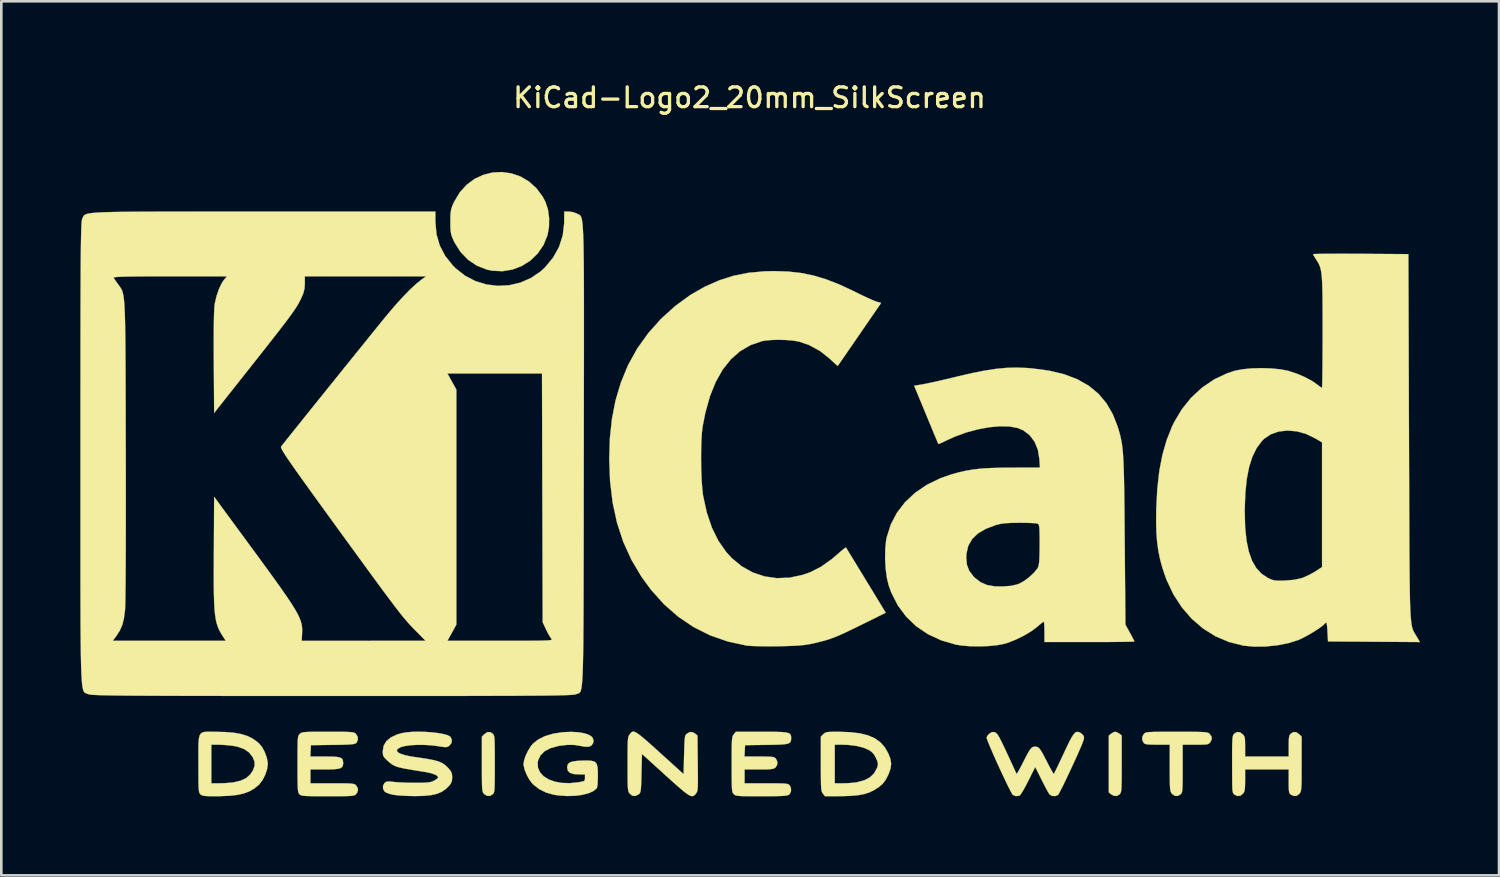
<source format=kicad_pcb>
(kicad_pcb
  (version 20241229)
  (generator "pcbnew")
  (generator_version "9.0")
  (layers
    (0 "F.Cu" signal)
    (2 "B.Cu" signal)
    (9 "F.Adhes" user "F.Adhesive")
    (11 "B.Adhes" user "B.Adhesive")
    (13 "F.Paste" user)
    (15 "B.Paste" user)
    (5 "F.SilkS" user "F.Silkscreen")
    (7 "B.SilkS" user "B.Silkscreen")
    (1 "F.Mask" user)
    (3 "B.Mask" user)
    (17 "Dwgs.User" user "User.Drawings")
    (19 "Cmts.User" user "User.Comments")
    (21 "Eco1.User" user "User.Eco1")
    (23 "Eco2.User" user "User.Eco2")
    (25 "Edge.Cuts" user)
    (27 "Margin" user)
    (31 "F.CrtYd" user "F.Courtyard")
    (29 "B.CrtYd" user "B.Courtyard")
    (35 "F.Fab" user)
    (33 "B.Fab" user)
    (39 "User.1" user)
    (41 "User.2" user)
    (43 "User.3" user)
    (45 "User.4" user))
  (footprint "KiCad-Logo2_20mm_SilkScreen"
    (layer "F.Cu")
    (at 25.405 13.358)
    (property "Reference" "KiCad-Logo2_20mm_SilkScreen" (at 0 -12.7 0) (layer "F.SilkS") (effects (font (size 0.75 0.75) (thickness 0.125))))
    (attr exclude_from_pos_files exclude_from_bom allow_missing_courtyard)
    (fp_poly (pts (xy 13.962 11.396) (xy 14.041 11.445) (xy 14.13 11.517) (xy 14.13 12.589) (xy 14.13 12.903) (xy 14.128 13.15) (xy 14.126 13.339) (xy 14.121 13.479) (xy 14.114 13.579) (xy 14.103 13.648) (xy 14.089 13.693) (xy 14.071 13.725) (xy 14.058 13.74) (xy 13.953 13.809) (xy 13.834 13.806) (xy 13.73 13.748) (xy 13.641 13.676) (xy 13.641 11.517) (xy 13.73 11.445) (xy 13.815 11.393) (xy 13.885 11.374) (xy 13.962 11.396)) (stroke (width 0.01) (type solid)) (fill yes) (layer "F.SilkS"))
    (fp_poly (pts (xy -9.746 11.449) (xy -9.724 11.474) (xy -9.707 11.507) (xy -9.694 11.555) (xy -9.684 11.629) (xy -9.678 11.735) (xy -9.674 11.885) (xy -9.672 12.085) (xy -9.671 12.344) (xy -9.671 12.597) (xy -9.671 12.909) (xy -9.672 13.156) (xy -9.675 13.344) (xy -9.679 13.483) (xy -9.686 13.583) (xy -9.696 13.65) (xy -9.71 13.694) (xy -9.728 13.725) (xy -9.746 13.744) (xy -9.856 13.81) (xy -9.973 13.804) (xy -10.078 13.732) (xy -10.102 13.704) (xy -10.121 13.672) (xy -10.135 13.626) (xy -10.146 13.558) (xy -10.153 13.458) (xy -10.157 13.318) (xy -10.159 13.129) (xy -10.16 12.882) (xy -10.16 12.602) (xy -10.16 11.558) (xy -10.068 11.466) (xy -9.954 11.388) (xy -9.843 11.385) (xy -9.746 11.449)) (stroke (width 0.01) (type solid)) (fill yes) (layer "F.SilkS"))
    (fp_poly (pts (xy -9.038 -9.825) (xy -8.696 -9.707) (xy -8.378 -9.52) (xy -8.094 -9.266) (xy -7.854 -8.943) (xy -7.746 -8.74) (xy -7.653 -8.455) (xy -7.608 -8.127) (xy -7.613 -7.79) (xy -7.668 -7.484) (xy -7.82 -7.11) (xy -8.04 -6.786) (xy -8.318 -6.518) (xy -8.641 -6.312) (xy -8.999 -6.175) (xy -9.381 -6.112) (xy -9.775 -6.132) (xy -9.969 -6.173) (xy -10.347 -6.32) (xy -10.683 -6.545) (xy -10.969 -6.84) (xy -11.196 -7.198) (xy -11.216 -7.238) (xy -11.282 -7.385) (xy -11.324 -7.508) (xy -11.346 -7.639) (xy -11.356 -7.807) (xy -11.357 -7.989) (xy -11.355 -8.208) (xy -11.343 -8.366) (xy -11.317 -8.494) (xy -11.271 -8.622) (xy -11.213 -8.748) (xy -10.999 -9.106) (xy -10.735 -9.397) (xy -10.432 -9.619) (xy -10.101 -9.772) (xy -9.751 -9.858) (xy -9.393 -9.876) (xy -9.038 -9.825)) (stroke (width 0.01) (type solid)) (fill yes) (layer "F.SilkS"))
    (fp_poly (pts (xy 16.544 11.374) (xy 16.806 11.375) (xy 17.01 11.378) (xy 17.163 11.382) (xy 17.274 11.389) (xy 17.351 11.398) (xy 17.402 11.411) (xy 17.436 11.427) (xy 17.453 11.439) (xy 17.538 11.548) (xy 17.549 11.66) (xy 17.496 11.763) (xy 17.461 11.804) (xy 17.424 11.832) (xy 17.37 11.849) (xy 17.285 11.858) (xy 17.156 11.862) (xy 16.968 11.863) (xy 16.931 11.863) (xy 16.444 11.863) (xy 16.444 12.766) (xy 16.444 13.051) (xy 16.442 13.27) (xy 16.439 13.433) (xy 16.433 13.549) (xy 16.424 13.629) (xy 16.41 13.682) (xy 16.392 13.717) (xy 16.369 13.744) (xy 16.259 13.81) (xy 16.145 13.805) (xy 16.041 13.73) (xy 16.033 13.72) (xy 16.008 13.685) (xy 15.989 13.644) (xy 15.975 13.586) (xy 15.966 13.503) (xy 15.96 13.383) (xy 15.957 13.217) (xy 15.955 12.995) (xy 15.955 12.742) (xy 15.955 11.863) (xy 15.49 11.863) (xy 15.291 11.861) (xy 15.153 11.856) (xy 15.062 11.845) (xy 15.005 11.827) (xy 14.968 11.799) (xy 14.964 11.794) (xy 14.909 11.683) (xy 14.914 11.558) (xy 14.977 11.449) (xy 15.001 11.428) (xy 15.032 11.411) (xy 15.079 11.398) (xy 15.149 11.388) (xy 15.251 11.382) (xy 15.394 11.377) (xy 15.585 11.375) (xy 15.834 11.374) (xy 16.147 11.374) (xy 16.214 11.374) (xy 16.544 11.374)) (stroke (width 0.01) (type solid)) (fill yes) (layer "F.SilkS"))
    (fp_poly (pts (xy 20.763 11.392) (xy 20.867 11.466) (xy 20.96 11.558) (xy 20.96 12.59) (xy 20.959 12.896) (xy 20.958 13.136) (xy 20.956 13.319) (xy 20.951 13.455) (xy 20.943 13.551) (xy 20.932 13.618) (xy 20.917 13.664) (xy 20.897 13.699) (xy 20.882 13.72) (xy 20.779 13.802) (xy 20.662 13.811) (xy 20.554 13.761) (xy 20.519 13.731) (xy 20.495 13.692) (xy 20.481 13.628) (xy 20.473 13.527) (xy 20.471 13.372) (xy 20.471 13.253) (xy 20.471 12.803) (xy 18.815 12.803) (xy 18.815 13.212) (xy 18.813 13.399) (xy 18.806 13.528) (xy 18.792 13.615) (xy 18.767 13.676) (xy 18.737 13.72) (xy 18.634 13.802) (xy 18.517 13.812) (xy 18.406 13.754) (xy 18.375 13.723) (xy 18.354 13.683) (xy 18.34 13.62) (xy 18.331 13.522) (xy 18.327 13.376) (xy 18.325 13.171) (xy 18.325 13.123) (xy 18.323 12.735) (xy 18.322 12.416) (xy 18.322 12.157) (xy 18.324 11.953) (xy 18.328 11.796) (xy 18.333 11.678) (xy 18.341 11.594) (xy 18.352 11.536) (xy 18.365 11.497) (xy 18.382 11.469) (xy 18.401 11.449) (xy 18.507 11.383) (xy 18.618 11.392) (xy 18.722 11.466) (xy 18.765 11.514) (xy 18.792 11.567) (xy 18.807 11.642) (xy 18.813 11.757) (xy 18.815 11.929) (xy 18.815 11.936) (xy 18.815 12.314) (xy 20.471 12.314) (xy 20.471 11.919) (xy 20.472 11.737) (xy 20.479 11.614) (xy 20.493 11.534) (xy 20.518 11.481) (xy 20.546 11.449) (xy 20.652 11.383) (xy 20.763 11.392)) (stroke (width 0.01) (type solid)) (fill yes) (layer "F.SilkS"))
    (fp_poly (pts (xy 3.394 11.374) (xy 3.824 11.389) (xy 4.19 11.433) (xy 4.497 11.509) (xy 4.753 11.62) (xy 4.962 11.769) (xy 5.131 11.957) (xy 5.266 12.189) (xy 5.268 12.195) (xy 5.349 12.402) (xy 5.377 12.585) (xy 5.354 12.77) (xy 5.279 12.98) (xy 5.265 13.012) (xy 5.167 13.2) (xy 5.058 13.345) (xy 4.917 13.468) (xy 4.724 13.59) (xy 4.713 13.597) (xy 4.545 13.677) (xy 4.355 13.738) (xy 4.132 13.779) (xy 3.862 13.805) (xy 3.534 13.817) (xy 3.418 13.818) (xy 2.865 13.819) (xy 2.787 13.72) (xy 2.764 13.688) (xy 2.746 13.65) (xy 2.733 13.597) (xy 2.723 13.521) (xy 2.716 13.411) (xy 2.714 13.33) (xy 3.236 13.33) (xy 3.549 13.33) (xy 3.732 13.325) (xy 3.92 13.311) (xy 4.074 13.291) (xy 4.084 13.289) (xy 4.358 13.216) (xy 4.57 13.105) (xy 4.728 12.953) (xy 4.838 12.753) (xy 4.857 12.7) (xy 4.876 12.618) (xy 4.868 12.536) (xy 4.828 12.428) (xy 4.804 12.375) (xy 4.727 12.233) (xy 4.633 12.134) (xy 4.53 12.065) (xy 4.323 11.975) (xy 4.059 11.91) (xy 3.751 11.872) (xy 3.528 11.864) (xy 3.236 11.863) (xy 3.236 13.33) (xy 2.714 13.33) (xy 2.712 13.26) (xy 2.71 13.058) (xy 2.709 12.795) (xy 2.709 12.59) (xy 2.709 11.558) (xy 2.802 11.466) (xy 2.843 11.428) (xy 2.887 11.403) (xy 2.949 11.387) (xy 3.043 11.378) (xy 3.182 11.375) (xy 3.382 11.374) (xy 3.394 11.374)) (stroke (width 0.01) (type solid)) (fill yes) (layer "F.SilkS"))
    (fp_poly (pts (xy -20.405 11.374) (xy -20.273 11.375) (xy -19.887 11.384) (xy -19.564 11.412) (xy -19.293 11.461) (xy -19.062 11.534) (xy -18.861 11.634) (xy -18.679 11.765) (xy -18.614 11.822) (xy -18.506 11.955) (xy -18.408 12.135) (xy -18.333 12.334) (xy -18.292 12.526) (xy -18.288 12.597) (xy -18.315 12.793) (xy -18.386 13.007) (xy -18.49 13.209) (xy -18.613 13.371) (xy -18.633 13.391) (xy -18.802 13.528) (xy -18.987 13.635) (xy -19.199 13.715) (xy -19.448 13.77) (xy -19.746 13.803) (xy -20.102 13.818) (xy -20.265 13.819) (xy -20.473 13.818) (xy -20.618 13.814) (xy -20.716 13.805) (xy -20.78 13.789) (xy -20.824 13.765) (xy -20.847 13.744) (xy -20.869 13.719) (xy -20.886 13.686) (xy -20.899 13.638) (xy -20.908 13.564) (xy -20.915 13.458) (xy -20.919 13.308) (xy -20.921 13.108) (xy -20.922 12.849) (xy -20.922 12.597) (xy -20.923 12.26) (xy -20.923 11.991) (xy -20.92 11.863) (xy -20.433 11.863) (xy -20.433 13.33) (xy -20.122 13.33) (xy -19.936 13.325) (xy -19.74 13.311) (xy -19.577 13.292) (xy -19.572 13.291) (xy -19.308 13.227) (xy -19.103 13.128) (xy -18.948 12.986) (xy -18.849 12.833) (xy -18.788 12.663) (xy -18.793 12.504) (xy -18.863 12.333) (xy -19.002 12.156) (xy -19.193 12.025) (xy -19.442 11.938) (xy -19.609 11.907) (xy -19.798 11.885) (xy -19.998 11.869) (xy -20.169 11.863) (xy -20.179 11.863) (xy -20.433 11.863) (xy -20.92 11.863) (xy -20.918 11.783) (xy -20.903 11.627) (xy -20.876 11.516) (xy -20.832 11.443) (xy -20.767 11.399) (xy -20.676 11.378) (xy -20.557 11.372) (xy -20.405 11.374)) (stroke (width 0.01) (type solid)) (fill yes) (layer "F.SilkS"))
    (fp_poly (pts (xy -4.334 11.388) (xy -4.255 11.434) (xy -4.152 11.51) (xy -4.02 11.618) (xy -3.853 11.762) (xy -3.646 11.947) (xy -3.394 12.175) (xy -3.104 12.437) (xy -2.502 12.983) (xy -2.484 12.25) (xy -2.477 11.998) (xy -2.47 11.81) (xy -2.462 11.676) (xy -2.452 11.584) (xy -2.437 11.524) (xy -2.417 11.486) (xy -2.39 11.457) (xy -2.376 11.445) (xy -2.261 11.382) (xy -2.151 11.391) (xy -2.064 11.445) (xy -1.976 11.517) (xy -1.965 12.567) (xy -1.961 12.876) (xy -1.96 13.118) (xy -1.96 13.304) (xy -1.963 13.441) (xy -1.97 13.539) (xy -1.979 13.608) (xy -1.994 13.655) (xy -2.012 13.69) (xy -2.033 13.718) (xy -2.078 13.771) (xy -2.123 13.805) (xy -2.174 13.819) (xy -2.237 13.807) (xy -2.318 13.766) (xy -2.424 13.693) (xy -2.561 13.583) (xy -2.735 13.433) (xy -2.952 13.24) (xy -3.199 13.017) (xy -4.083 12.215) (xy -4.102 12.945) (xy -4.108 13.197) (xy -4.115 13.385) (xy -4.123 13.518) (xy -4.133 13.61) (xy -4.148 13.669) (xy -4.168 13.708) (xy -4.195 13.736) (xy -4.209 13.748) (xy -4.333 13.811) (xy -4.449 13.802) (xy -4.55 13.72) (xy -4.574 13.688) (xy -4.592 13.649) (xy -4.605 13.597) (xy -4.615 13.52) (xy -4.622 13.41) (xy -4.626 13.258) (xy -4.628 13.055) (xy -4.628 12.792) (xy -4.628 12.597) (xy -4.628 12.291) (xy -4.627 12.052) (xy -4.624 11.87) (xy -4.619 11.736) (xy -4.612 11.64) (xy -4.601 11.574) (xy -4.585 11.528) (xy -4.565 11.493) (xy -4.55 11.473) (xy -4.513 11.426) (xy -4.478 11.39) (xy -4.44 11.37) (xy -4.393 11.368) (xy -4.334 11.388)) (stroke (width 0.01) (type solid)) (fill yes) (layer "F.SilkS"))
    (fp_poly (pts (xy -6.5 11.392) (xy -6.272 11.43) (xy -6.096 11.49) (xy -5.982 11.568) (xy -5.951 11.613) (xy -5.92 11.717) (xy -5.941 11.811) (xy -6.008 11.901) (xy -6.112 11.942) (xy -6.264 11.939) (xy -6.381 11.916) (xy -6.641 11.873) (xy -6.907 11.869) (xy -7.205 11.904) (xy -7.287 11.919) (xy -7.564 11.997) (xy -7.781 12.113) (xy -7.935 12.265) (xy -8.024 12.452) (xy -8.042 12.548) (xy -8.03 12.743) (xy -7.952 12.916) (xy -7.816 13.063) (xy -7.628 13.181) (xy -7.396 13.266) (xy -7.126 13.315) (xy -6.826 13.325) (xy -6.503 13.292) (xy -6.485 13.289) (xy -6.356 13.265) (xy -6.285 13.242) (xy -6.254 13.207) (xy -6.247 13.15) (xy -6.247 13.119) (xy -6.247 12.992) (xy -6.475 12.992) (xy -6.676 12.978) (xy -6.814 12.934) (xy -6.894 12.856) (xy -6.923 12.74) (xy -6.923 12.725) (xy -6.906 12.626) (xy -6.848 12.555) (xy -6.74 12.508) (xy -6.572 12.481) (xy -6.41 12.471) (xy -6.175 12.465) (xy -6.004 12.474) (xy -5.887 12.506) (xy -5.815 12.571) (xy -5.776 12.678) (xy -5.76 12.836) (xy -5.757 13.044) (xy -5.762 13.275) (xy -5.776 13.433) (xy -5.8 13.517) (xy -5.804 13.523) (xy -5.934 13.628) (xy -6.124 13.712) (xy -6.363 13.771) (xy -6.638 13.805) (xy -6.937 13.812) (xy -7.249 13.79) (xy -7.432 13.763) (xy -7.719 13.682) (xy -7.986 13.549) (xy -8.21 13.376) (xy -8.244 13.342) (xy -8.354 13.197) (xy -8.454 13.017) (xy -8.531 12.829) (xy -8.574 12.658) (xy -8.58 12.592) (xy -8.557 12.455) (xy -8.499 12.284) (xy -8.414 12.105) (xy -8.316 11.941) (xy -8.229 11.831) (xy -8.026 11.668) (xy -7.763 11.538) (xy -7.451 11.445) (xy -7.097 11.391) (xy -6.773 11.377) (xy -6.5 11.392)) (stroke (width 0.01) (type solid)) (fill yes) (layer "F.SilkS"))
    (fp_poly (pts (xy 0.768 11.374) (xy 1.022 11.377) (xy 1.217 11.384) (xy 1.361 11.397) (xy 1.461 11.418) (xy 1.525 11.447) (xy 1.561 11.487) (xy 1.577 11.54) (xy 1.58 11.607) (xy 1.58 11.614) (xy 1.577 11.69) (xy 1.561 11.748) (xy 1.524 11.792) (xy 1.458 11.823) (xy 1.353 11.844) (xy 1.201 11.857) (xy 0.993 11.865) (xy 0.721 11.87) (xy 0.638 11.871) (xy -0.169 11.882) (xy -0.181 12.098) (xy -0.192 12.314) (xy 0.369 12.314) (xy 0.588 12.315) (xy 0.744 12.319) (xy 0.85 12.326) (xy 0.919 12.339) (xy 0.964 12.359) (xy 0.996 12.388) (xy 0.996 12.388) (xy 1.055 12.5) (xy 1.052 12.621) (xy 0.991 12.725) (xy 0.979 12.735) (xy 0.936 12.763) (xy 0.877 12.782) (xy 0.789 12.794) (xy 0.658 12.801) (xy 0.472 12.803) (xy 0.353 12.803) (xy -0.188 12.803) (xy -0.188 13.33) (xy 0.634 13.33) (xy 0.905 13.331) (xy 1.111 13.333) (xy 1.262 13.337) (xy 1.367 13.344) (xy 1.437 13.355) (xy 1.482 13.371) (xy 1.511 13.392) (xy 1.518 13.399) (xy 1.572 13.504) (xy 1.576 13.624) (xy 1.532 13.728) (xy 1.497 13.761) (xy 1.46 13.779) (xy 1.404 13.793) (xy 1.319 13.804) (xy 1.196 13.811) (xy 1.026 13.816) (xy 0.8 13.819) (xy 0.51 13.819) (xy 0.445 13.819) (xy 0.15 13.819) (xy -0.079 13.818) (xy -0.251 13.816) (xy -0.376 13.811) (xy -0.463 13.802) (xy -0.52 13.791) (xy -0.558 13.774) (xy -0.586 13.753) (xy -0.601 13.737) (xy -0.623 13.71) (xy -0.641 13.676) (xy -0.654 13.626) (xy -0.664 13.552) (xy -0.67 13.445) (xy -0.674 13.295) (xy -0.676 13.094) (xy -0.677 12.833) (xy -0.677 12.613) (xy -0.677 12.305) (xy -0.676 12.064) (xy -0.673 11.879) (xy -0.669 11.743) (xy -0.661 11.645) (xy -0.65 11.577) (xy -0.635 11.53) (xy -0.616 11.495) (xy -0.599 11.473) (xy -0.521 11.374) (xy 0.446 11.374) (xy 0.768 11.374)) (stroke (width 0.01) (type solid)) (fill yes) (layer "F.SilkS"))
    (fp_poly (pts (xy -15.709 11.374) (xy -15.478 11.375) (xy -15.303 11.378) (xy -15.176 11.383) (xy -15.087 11.391) (xy -15.027 11.403) (xy -14.987 11.419) (xy -14.957 11.441) (xy -14.946 11.45) (xy -14.88 11.554) (xy -14.868 11.673) (xy -14.912 11.778) (xy -14.932 11.8) (xy -14.964 11.82) (xy -15.016 11.836) (xy -15.098 11.848) (xy -15.219 11.857) (xy -15.389 11.864) (xy -15.617 11.868) (xy -15.825 11.871) (xy -16.651 11.882) (xy -16.662 12.098) (xy -16.674 12.314) (xy -16.113 12.314) (xy -15.87 12.316) (xy -15.692 12.325) (xy -15.569 12.344) (xy -15.491 12.378) (xy -15.448 12.429) (xy -15.431 12.502) (xy -15.428 12.569) (xy -15.436 12.652) (xy -15.468 12.713) (xy -15.531 12.755) (xy -15.637 12.782) (xy -15.795 12.797) (xy -16.013 12.803) (xy -16.133 12.803) (xy -16.67 12.803) (xy -16.67 13.33) (xy -15.842 13.33) (xy -15.571 13.331) (xy -15.364 13.332) (xy -15.213 13.336) (xy -15.107 13.343) (xy -15.035 13.354) (xy -14.988 13.369) (xy -14.956 13.39) (xy -14.939 13.406) (xy -14.882 13.495) (xy -14.864 13.575) (xy -14.89 13.672) (xy -14.939 13.744) (xy -14.965 13.767) (xy -14.999 13.784) (xy -15.049 13.798) (xy -15.126 13.807) (xy -15.237 13.813) (xy -15.392 13.817) (xy -15.601 13.819) (xy -15.871 13.819) (xy -16.011 13.819) (xy -16.312 13.819) (xy -16.546 13.818) (xy -16.724 13.815) (xy -16.853 13.81) (xy -16.944 13.802) (xy -17.004 13.791) (xy -17.044 13.775) (xy -17.073 13.755) (xy -17.084 13.744) (xy -17.106 13.719) (xy -17.123 13.686) (xy -17.136 13.637) (xy -17.146 13.564) (xy -17.152 13.457) (xy -17.156 13.307) (xy -17.158 13.106) (xy -17.159 12.846) (xy -17.159 12.603) (xy -17.159 12.292) (xy -17.158 12.048) (xy -17.156 11.862) (xy -17.152 11.724) (xy -17.145 11.626) (xy -17.135 11.56) (xy -17.121 11.516) (xy -17.102 11.486) (xy -17.078 11.461) (xy -17.072 11.455) (xy -17.043 11.431) (xy -17.01 11.411) (xy -16.962 11.397) (xy -16.891 11.387) (xy -16.788 11.38) (xy -16.643 11.376) (xy -16.446 11.374) (xy -16.189 11.374) (xy -16.007 11.374) (xy -15.709 11.374)) (stroke (width 0.01) (type solid)) (fill yes) (layer "F.SilkS"))
    (fp_poly (pts (xy 12.482 11.38) (xy 12.548 11.403) (xy 12.55 11.405) (xy 12.639 11.472) (xy 12.688 11.542) (xy 12.697 11.575) (xy 12.697 11.618) (xy 12.683 11.68) (xy 12.654 11.768) (xy 12.606 11.889) (xy 12.535 12.052) (xy 12.441 12.265) (xy 12.318 12.534) (xy 12.251 12.681) (xy 12.129 12.943) (xy 12.014 13.185) (xy 11.912 13.396) (xy 11.825 13.569) (xy 11.76 13.694) (xy 11.719 13.763) (xy 11.711 13.772) (xy 11.607 13.814) (xy 11.49 13.809) (xy 11.397 13.758) (xy 11.393 13.754) (xy 11.356 13.697) (xy 11.293 13.587) (xy 11.213 13.438) (xy 11.123 13.263) (xy 11.091 13.199) (xy 10.847 12.71) (xy 10.581 13.241) (xy 10.486 13.425) (xy 10.398 13.584) (xy 10.324 13.706) (xy 10.271 13.78) (xy 10.253 13.796) (xy 10.114 13.817) (xy 9.999 13.772) (xy 9.966 13.725) (xy 9.907 13.619) (xy 9.829 13.465) (xy 9.736 13.274) (xy 9.632 13.056) (xy 9.523 12.822) (xy 9.413 12.581) (xy 9.306 12.345) (xy 9.209 12.123) (xy 9.125 11.926) (xy 9.059 11.765) (xy 9.016 11.65) (xy 9.001 11.591) (xy 9.001 11.589) (xy 9.038 11.515) (xy 9.111 11.439) (xy 9.116 11.436) (xy 9.206 11.385) (xy 9.29 11.385) (xy 9.321 11.395) (xy 9.359 11.416) (xy 9.4 11.457) (xy 9.448 11.526) (xy 9.508 11.633) (xy 9.585 11.786) (xy 9.683 11.992) (xy 9.772 12.183) (xy 9.875 12.404) (xy 9.967 12.603) (xy 10.043 12.769) (xy 10.099 12.892) (xy 10.131 12.962) (xy 10.135 12.973) (xy 10.156 12.955) (xy 10.203 12.88) (xy 10.27 12.76) (xy 10.352 12.604) (xy 10.384 12.54) (xy 10.494 12.323) (xy 10.579 12.166) (xy 10.645 12.057) (xy 10.701 11.99) (xy 10.752 11.954) (xy 10.805 11.94) (xy 10.84 11.938) (xy 10.902 11.943) (xy 10.956 11.966) (xy 11.01 12.015) (xy 11.071 12.1) (xy 11.146 12.23) (xy 11.242 12.415) (xy 11.296 12.52) (xy 11.382 12.687) (xy 11.457 12.826) (xy 11.515 12.924) (xy 11.548 12.971) (xy 11.553 12.973) (xy 11.574 12.936) (xy 11.622 12.841) (xy 11.692 12.697) (xy 11.779 12.515) (xy 11.878 12.305) (xy 11.927 12.2) (xy 12.054 11.93) (xy 12.156 11.723) (xy 12.239 11.57) (xy 12.308 11.467) (xy 12.368 11.405) (xy 12.424 11.378) (xy 12.482 11.38)) (stroke (width 0.01) (type solid)) (fill yes) (layer "F.SilkS"))
    (fp_poly (pts (xy -12.306 11.378) (xy -12.056 11.395) (xy -11.824 11.423) (xy -11.623 11.459) (xy -11.467 11.502) (xy -11.368 11.553) (xy -11.353 11.568) (xy -11.3 11.683) (xy -11.316 11.801) (xy -11.398 11.902) (xy -11.402 11.905) (xy -11.45 11.937) (xy -11.5 11.953) (xy -11.57 11.955) (xy -11.678 11.943) (xy -11.84 11.917) (xy -11.853 11.915) (xy -12.096 11.885) (xy -12.357 11.871) (xy -12.62 11.87) (xy -12.865 11.884) (xy -13.073 11.912) (xy -13.228 11.952) (xy -13.238 11.956) (xy -13.35 12.019) (xy -13.39 12.082) (xy -13.359 12.145) (xy -13.26 12.204) (xy -13.096 12.259) (xy -12.87 12.308) (xy -12.719 12.331) (xy -12.405 12.376) (xy -12.155 12.417) (xy -11.959 12.458) (xy -11.806 12.502) (xy -11.685 12.553) (xy -11.586 12.614) (xy -11.498 12.689) (xy -11.427 12.763) (xy -11.344 12.866) (xy -11.302 12.954) (xy -11.289 13.063) (xy -11.289 13.103) (xy -11.299 13.236) (xy -11.337 13.334) (xy -11.404 13.422) (xy -11.541 13.555) (xy -11.693 13.657) (xy -11.872 13.731) (xy -12.089 13.779) (xy -12.356 13.806) (xy -12.684 13.814) (xy -12.738 13.814) (xy -12.956 13.809) (xy -13.173 13.799) (xy -13.364 13.785) (xy -13.506 13.767) (xy -13.518 13.765) (xy -13.659 13.732) (xy -13.779 13.689) (xy -13.847 13.651) (xy -13.91 13.549) (xy -13.915 13.43) (xy -13.86 13.324) (xy -13.848 13.312) (xy -13.798 13.276) (xy -13.735 13.261) (xy -13.637 13.264) (xy -13.519 13.277) (xy -13.387 13.289) (xy -13.201 13.299) (xy -12.985 13.307) (xy -12.759 13.311) (xy -12.7 13.311) (xy -12.474 13.31) (xy -12.308 13.305) (xy -12.189 13.296) (xy -12.101 13.28) (xy -12.03 13.256) (xy -11.987 13.236) (xy -11.893 13.181) (xy -11.834 13.131) (xy -11.825 13.116) (xy -11.843 13.058) (xy -11.931 13.001) (xy -12.082 12.948) (xy -12.289 12.903) (xy -12.351 12.893) (xy -12.67 12.842) (xy -12.925 12.8) (xy -13.126 12.764) (xy -13.282 12.729) (xy -13.402 12.694) (xy -13.498 12.654) (xy -13.578 12.608) (xy -13.652 12.551) (xy -13.731 12.481) (xy -13.758 12.457) (xy -13.851 12.366) (xy -13.901 12.293) (xy -13.92 12.211) (xy -13.923 12.107) (xy -13.889 11.902) (xy -13.786 11.729) (xy -13.615 11.587) (xy -13.378 11.476) (xy -13.208 11.427) (xy -13.024 11.395) (xy -12.803 11.376) (xy -12.559 11.371) (xy -12.306 11.378)) (stroke (width 0.01) (type solid)) (fill yes) (layer "F.SilkS"))
    (fp_poly (pts (xy 1.459 -6.099) (xy 1.95 -6.045) (xy 2.425 -5.949) (xy 2.905 -5.805) (xy 3.408 -5.609) (xy 3.953 -5.355) (xy 4.052 -5.306) (xy 4.277 -5.195) (xy 4.49 -5.095) (xy 4.669 -5.016) (xy 4.793 -4.966) (xy 4.812 -4.96) (xy 4.995 -4.905) (xy 4.177 -3.716) (xy 3.977 -3.425) (xy 3.794 -3.16) (xy 3.635 -2.928) (xy 3.505 -2.74) (xy 3.411 -2.604) (xy 3.359 -2.529) (xy 3.35 -2.517) (xy 3.316 -2.541) (xy 3.231 -2.616) (xy 3.112 -2.727) (xy 3.046 -2.79) (xy 2.671 -3.087) (xy 2.251 -3.314) (xy 1.889 -3.437) (xy 1.672 -3.476) (xy 1.399 -3.5) (xy 1.105 -3.508) (xy 0.819 -3.5) (xy 0.574 -3.476) (xy 0.477 -3.457) (xy 0.037 -3.306) (xy -0.359 -3.075) (xy -0.712 -2.764) (xy -1.02 -2.375) (xy -1.284 -1.907) (xy -1.504 -1.362) (xy -1.678 -0.738) (xy -1.782 -0.205) (xy -1.809 0.031) (xy -1.827 0.335) (xy -1.837 0.686) (xy -1.839 1.062) (xy -1.833 1.442) (xy -1.818 1.802) (xy -1.796 2.122) (xy -1.767 2.38) (xy -1.761 2.42) (xy -1.62 3.06) (xy -1.428 3.626) (xy -1.183 4.122) (xy -0.885 4.549) (xy -0.674 4.78) (xy -0.294 5.093) (xy 0.122 5.325) (xy 0.569 5.475) (xy 1.038 5.542) (xy 1.522 5.523) (xy 2.016 5.418) (xy 2.307 5.316) (xy 2.711 5.111) (xy 3.127 4.816) (xy 3.36 4.617) (xy 3.491 4.502) (xy 3.593 4.418) (xy 3.652 4.377) (xy 3.659 4.376) (xy 3.685 4.417) (xy 3.753 4.527) (xy 3.856 4.696) (xy 3.99 4.915) (xy 4.147 5.173) (xy 4.324 5.462) (xy 4.422 5.623) (xy 5.171 6.854) (xy 4.236 7.316) (xy 3.897 7.482) (xy 3.623 7.613) (xy 3.397 7.715) (xy 3.201 7.795) (xy 3.019 7.86) (xy 2.835 7.916) (xy 2.631 7.968) (xy 2.435 8.015) (xy 2.261 8.051) (xy 2.08 8.078) (xy 1.872 8.098) (xy 1.62 8.112) (xy 1.305 8.122) (xy 1.092 8.126) (xy 0.79 8.129) (xy 0.499 8.128) (xy 0.241 8.122) (xy 0.033 8.113) (xy -0.105 8.101) (xy -0.113 8.1) (xy -0.828 7.945) (xy -1.499 7.711) (xy -2.127 7.396) (xy -2.71 7.002) (xy -3.25 6.529) (xy -3.744 5.976) (xy -4.103 5.485) (xy -4.484 4.842) (xy -4.793 4.163) (xy -5.029 3.443) (xy -5.196 2.675) (xy -5.294 1.855) (xy -5.325 1.023) (xy -5.3 0.218) (xy -5.22 -0.525) (xy -5.083 -1.218) (xy -4.887 -1.874) (xy -4.629 -2.506) (xy -4.598 -2.571) (xy -4.258 -3.183) (xy -3.841 -3.764) (xy -3.358 -4.305) (xy -2.821 -4.791) (xy -2.243 -5.212) (xy -1.703 -5.52) (xy -1.158 -5.762) (xy -0.613 -5.937) (xy -0.044 -6.051) (xy 0.567 -6.107) (xy 0.933 -6.115) (xy 1.459 -6.099)) (stroke (width 0.01) (type solid)) (fill yes) (layer "F.SilkS"))
    (fp_poly (pts (xy 22.685 -6.774) (xy 23.072 -6.772) (xy 23.204 -6.772) (xy 25.013 -6.76) (xy 25.036 0.182) (xy 25.039 1.123) (xy 25.042 1.978) (xy 25.044 2.751) (xy 25.047 3.445) (xy 25.049 4.067) (xy 25.052 4.619) (xy 25.056 5.107) (xy 25.06 5.535) (xy 25.065 5.907) (xy 25.071 6.228) (xy 25.078 6.502) (xy 25.087 6.734) (xy 25.097 6.928) (xy 25.109 7.088) (xy 25.123 7.219) (xy 25.139 7.325) (xy 25.157 7.411) (xy 25.178 7.482) (xy 25.201 7.54) (xy 25.227 7.592) (xy 25.255 7.641) (xy 25.287 7.692) (xy 25.322 7.749) (xy 25.329 7.761) (xy 25.45 7.967) (xy 21.963 7.943) (xy 21.941 7.56) (xy 21.928 7.376) (xy 21.915 7.27) (xy 21.898 7.228) (xy 21.871 7.237) (xy 21.849 7.261) (xy 21.754 7.349) (xy 21.598 7.463) (xy 21.403 7.588) (xy 21.192 7.712) (xy 20.987 7.82) (xy 20.83 7.891) (xy 20.46 8.008) (xy 20.037 8.09) (xy 19.59 8.136) (xy 19.152 8.141) (xy 18.753 8.103) (xy 18.746 8.101) (xy 18.2 7.964) (xy 17.689 7.746) (xy 17.218 7.451) (xy 16.791 7.085) (xy 16.415 6.651) (xy 16.092 6.154) (xy 15.83 5.6) (xy 15.687 5.189) (xy 15.592 4.846) (xy 15.522 4.513) (xy 15.475 4.171) (xy 15.447 3.8) (xy 15.437 3.378) (xy 15.442 3.034) (xy 18.801 3.034) (xy 18.816 3.611) (xy 18.867 4.107) (xy 18.953 4.528) (xy 19.076 4.876) (xy 19.238 5.157) (xy 19.44 5.375) (xy 19.674 5.529) (xy 19.796 5.587) (xy 19.901 5.621) (xy 20.019 5.637) (xy 20.177 5.638) (xy 20.347 5.632) (xy 20.682 5.603) (xy 20.947 5.545) (xy 21.03 5.516) (xy 21.22 5.43) (xy 21.421 5.323) (xy 21.508 5.269) (xy 21.736 5.12) (xy 21.736 0.388) (xy 21.485 0.238) (xy 21.136 0.068) (xy 20.779 -0.032) (xy 20.428 -0.064) (xy 20.095 -0.027) (xy 19.794 0.077) (xy 19.538 0.248) (xy 19.455 0.33) (xy 19.255 0.599) (xy 19.094 0.924) (xy 18.969 1.312) (xy 18.88 1.767) (xy 18.824 2.296) (xy 18.801 2.903) (xy 18.801 3.034) (xy 15.442 3.034) (xy 15.443 2.891) (xy 15.482 2.142) (xy 15.559 1.466) (xy 15.677 0.854) (xy 15.838 0.295) (xy 16.043 -0.219) (xy 16.117 -0.372) (xy 16.413 -0.87) (xy 16.77 -1.312) (xy 17.18 -1.691) (xy 17.636 -2.001) (xy 18.128 -2.234) (xy 18.422 -2.331) (xy 18.712 -2.388) (xy 19.06 -2.422) (xy 19.438 -2.432) (xy 19.817 -2.42) (xy 20.166 -2.385) (xy 20.447 -2.33) (xy 20.781 -2.221) (xy 21.105 -2.081) (xy 21.389 -1.925) (xy 21.54 -1.818) (xy 21.644 -1.739) (xy 21.716 -1.691) (xy 21.733 -1.684) (xy 21.738 -1.728) (xy 21.743 -1.854) (xy 21.747 -2.054) (xy 21.751 -2.318) (xy 21.754 -2.637) (xy 21.756 -3.002) (xy 21.758 -3.406) (xy 21.758 -3.816) (xy 21.758 -4.343) (xy 21.757 -4.786) (xy 21.754 -5.156) (xy 21.748 -5.46) (xy 21.739 -5.706) (xy 21.726 -5.905) (xy 21.708 -6.063) (xy 21.684 -6.189) (xy 21.654 -6.292) (xy 21.617 -6.381) (xy 21.572 -6.463) (xy 21.518 -6.548) (xy 21.511 -6.558) (xy 21.442 -6.668) (xy 21.4 -6.743) (xy 21.394 -6.759) (xy 21.438 -6.764) (xy 21.563 -6.768) (xy 21.76 -6.771) (xy 22.019 -6.773) (xy 22.331 -6.774) (xy 22.685 -6.774)) (stroke (width 0.01) (type solid)) (fill yes) (layer "F.SilkS"))
    (fp_poly (pts (xy 10.502 -2.439) (xy 10.727 -2.422) (xy 11.372 -2.336) (xy 11.944 -2.2) (xy 12.444 -2.01) (xy 12.876 -1.765) (xy 13.243 -1.463) (xy 13.547 -1.103) (xy 13.791 -0.683) (xy 13.97 -0.228) (xy 14.015 -0.082) (xy 14.054 0.054) (xy 14.088 0.188) (xy 14.117 0.327) (xy 14.142 0.479) (xy 14.163 0.651) (xy 14.18 0.851) (xy 14.194 1.085) (xy 14.205 1.362) (xy 14.215 1.687) (xy 14.222 2.069) (xy 14.229 2.516) (xy 14.235 3.033) (xy 14.24 3.629) (xy 14.244 4.097) (xy 14.27 7.306) (xy 14.441 7.615) (xy 14.522 7.764) (xy 14.582 7.879) (xy 14.611 7.941) (xy 14.612 7.945) (xy 14.568 7.95) (xy 14.443 7.954) (xy 14.247 7.958) (xy 13.99 7.961) (xy 13.681 7.964) (xy 13.331 7.965) (xy 12.95 7.966) (xy 12.905 7.966) (xy 11.198 7.966) (xy 11.198 7.579) (xy 11.195 7.404) (xy 11.187 7.27) (xy 11.176 7.199) (xy 11.171 7.192) (xy 11.126 7.22) (xy 11.033 7.293) (xy 10.912 7.395) (xy 10.909 7.398) (xy 10.689 7.562) (xy 10.41 7.727) (xy 10.105 7.876) (xy 9.805 7.994) (xy 9.673 8.034) (xy 9.41 8.085) (xy 9.087 8.118) (xy 8.735 8.131) (xy 8.381 8.126) (xy 8.057 8.1) (xy 7.829 8.063) (xy 7.272 7.899) (xy 6.771 7.666) (xy 6.328 7.367) (xy 5.948 7.003) (xy 5.633 6.579) (xy 5.386 6.096) (xy 5.28 5.804) (xy 5.213 5.519) (xy 5.169 5.178) (xy 5.148 4.811) (xy 5.149 4.757) (xy 8.228 4.757) (xy 8.253 5.03) (xy 8.338 5.257) (xy 8.495 5.467) (xy 8.556 5.529) (xy 8.77 5.695) (xy 9.018 5.802) (xy 9.315 5.854) (xy 9.628 5.858) (xy 9.925 5.833) (xy 10.152 5.783) (xy 10.251 5.746) (xy 10.428 5.646) (xy 10.617 5.504) (xy 10.789 5.345) (xy 10.917 5.193) (xy 10.951 5.137) (xy 10.977 5.059) (xy 10.996 4.934) (xy 11.008 4.751) (xy 11.014 4.498) (xy 11.016 4.257) (xy 11.015 3.976) (xy 11.011 3.773) (xy 11.004 3.634) (xy 10.991 3.547) (xy 10.972 3.498) (xy 10.945 3.473) (xy 10.936 3.469) (xy 10.863 3.457) (xy 10.718 3.448) (xy 10.521 3.441) (xy 10.292 3.438) (xy 10.242 3.438) (xy 9.936 3.443) (xy 9.699 3.457) (xy 9.511 3.484) (xy 9.356 3.522) (xy 8.97 3.668) (xy 8.668 3.847) (xy 8.447 4.062) (xy 8.303 4.317) (xy 8.235 4.613) (xy 8.228 4.757) (xy 5.149 4.757) (xy 5.153 4.45) (xy 5.184 4.126) (xy 5.208 3.995) (xy 5.361 3.51) (xy 5.594 3.063) (xy 5.903 2.66) (xy 6.283 2.304) (xy 6.729 1.999) (xy 7.238 1.751) (xy 7.67 1.6) (xy 7.959 1.52) (xy 8.235 1.459) (xy 8.517 1.413) (xy 8.822 1.38) (xy 9.168 1.36) (xy 9.573 1.349) (xy 9.94 1.346) (xy 11.026 1.343) (xy 11.005 1.016) (xy 10.946 0.662) (xy 10.82 0.358) (xy 10.633 0.11) (xy 10.391 -0.072) (xy 10.177 -0.161) (xy 9.87 -0.217) (xy 9.506 -0.225) (xy 9.1 -0.188) (xy 8.67 -0.109) (xy 8.232 0.009) (xy 7.805 0.164) (xy 7.495 0.305) (xy 7.345 0.377) (xy 7.231 0.428) (xy 7.173 0.447) (xy 7.17 0.447) (xy 7.15 0.403) (xy 7.1 0.285) (xy 7.025 0.106) (xy 6.93 -0.123) (xy 6.818 -0.392) (xy 6.705 -0.666) (xy 6.251 -1.764) (xy 6.574 -1.817) (xy 6.714 -1.844) (xy 6.924 -1.889) (xy 7.186 -1.947) (xy 7.483 -2.016) (xy 7.796 -2.09) (xy 7.92 -2.121) (xy 8.46 -2.246) (xy 8.932 -2.339) (xy 9.355 -2.404) (xy 9.745 -2.441) (xy 10.122 -2.452) (xy 10.502 -2.439)) (stroke (width 0.01) (type solid)) (fill yes) (layer "F.SilkS"))
    (fp_poly (pts (xy -19.746 -8.376) (xy -18.869 -8.376) (xy -18.461 -8.376) (xy -11.926 -8.376) (xy -11.926 -7.99) (xy -11.885 -7.522) (xy -11.761 -7.089) (xy -11.553 -6.691) (xy -11.259 -6.324) (xy -11.16 -6.225) (xy -10.803 -5.943) (xy -10.409 -5.738) (xy -9.991 -5.609) (xy -9.559 -5.556) (xy -9.126 -5.579) (xy -8.702 -5.677) (xy -8.301 -5.851) (xy -7.933 -6.101) (xy -7.768 -6.252) (xy -7.46 -6.621) (xy -7.234 -7.027) (xy -7.092 -7.466) (xy -7.036 -7.931) (xy -7.036 -7.977) (xy -7.033 -8.376) (xy -6.858 -8.376) (xy -6.702 -8.355) (xy -6.561 -8.303) (xy -6.551 -8.298) (xy -6.519 -8.281) (xy -6.49 -8.268) (xy -6.463 -8.255) (xy -6.438 -8.238) (xy -6.416 -8.214) (xy -6.396 -8.178) (xy -6.378 -8.127) (xy -6.362 -8.057) (xy -6.348 -7.964) (xy -6.336 -7.845) (xy -6.325 -7.695) (xy -6.316 -7.512) (xy -6.308 -7.29) (xy -6.302 -7.027) (xy -6.297 -6.719) (xy -6.293 -6.361) (xy -6.29 -5.951) (xy -6.288 -5.484) (xy -6.287 -4.957) (xy -6.287 -4.365) (xy -6.287 -3.705) (xy -6.287 -2.974) (xy -6.288 -2.167) (xy -6.29 -1.281) (xy -6.291 -0.312) (xy -6.292 0.744) (xy -6.293 0.873) (xy -6.294 1.935) (xy -6.295 2.911) (xy -6.296 3.803) (xy -6.297 4.615) (xy -6.299 5.352) (xy -6.3 6.016) (xy -6.302 6.611) (xy -6.304 7.142) (xy -6.308 7.613) (xy -6.311 8.026) (xy -6.316 8.385) (xy -6.322 8.695) (xy -6.329 8.96) (xy -6.337 9.182) (xy -6.347 9.366) (xy -6.358 9.515) (xy -6.37 9.634) (xy -6.384 9.726) (xy -6.401 9.795) (xy -6.419 9.844) (xy -6.439 9.877) (xy -6.462 9.899) (xy -6.486 9.913) (xy -6.514 9.922) (xy -6.544 9.931) (xy -6.576 9.942) (xy -6.584 9.946) (xy -6.609 9.954) (xy -6.651 9.962) (xy -6.713 9.968) (xy -6.8 9.975) (xy -6.914 9.98) (xy -7.06 9.985) (xy -7.241 9.99) (xy -7.46 9.994) (xy -7.722 9.998) (xy -8.03 10.001) (xy -8.388 10.003) (xy -8.8 10.006) (xy -9.268 10.008) (xy -9.797 10.009) (xy -10.39 10.011) (xy -11.051 10.012) (xy -11.784 10.012) (xy -12.593 10.013) (xy -13.48 10.013) (xy -14.45 10.013) (xy -15.506 10.013) (xy -15.848 10.013) (xy -16.927 10.013) (xy -17.919 10.013) (xy -18.828 10.012) (xy -19.656 10.012) (xy -20.409 10.011) (xy -21.089 10.01) (xy -21.699 10.009) (xy -22.245 10.007) (xy -22.73 10.005) (xy -23.156 10.003) (xy -23.529 10.001) (xy -23.851 9.998) (xy -24.126 9.994) (xy -24.359 9.99) (xy -24.552 9.986) (xy -24.709 9.981) (xy -24.835 9.976) (xy -24.933 9.97) (xy -25.006 9.963) (xy -25.058 9.956) (xy -25.093 9.948) (xy -25.112 9.941) (xy -25.146 9.927) (xy -25.178 9.916) (xy -25.206 9.905) (xy -25.232 9.891) (xy -25.256 9.869) (xy -25.277 9.836) (xy -25.296 9.788) (xy -25.313 9.721) (xy -25.329 9.631) (xy -25.342 9.515) (xy -25.353 9.369) (xy -25.363 9.189) (xy -25.372 8.972) (xy -25.379 8.713) (xy -25.385 8.409) (xy -25.389 8.056) (xy -25.39 7.92) (xy -24.176 7.92) (xy -19.882 7.92) (xy -19.964 7.795) (xy -20.046 7.667) (xy -20.116 7.544) (xy -20.174 7.419) (xy -20.221 7.283) (xy -20.259 7.128) (xy -20.288 6.944) (xy -20.31 6.724) (xy -20.325 6.458) (xy -20.334 6.138) (xy -20.338 5.757) (xy -20.339 5.304) (xy -20.337 4.771) (xy -20.336 4.573) (xy -20.325 2.454) (xy -18.982 4.282) (xy -18.601 4.8) (xy -18.272 5.252) (xy -17.989 5.642) (xy -17.751 5.978) (xy -17.552 6.264) (xy -17.39 6.508) (xy -17.262 6.714) (xy -17.162 6.889) (xy -17.089 7.039) (xy -17.038 7.17) (xy -17.006 7.287) (xy -16.989 7.398) (xy -16.983 7.507) (xy -16.986 7.621) (xy -16.987 7.635) (xy -17.002 7.921) (xy -14.649 7.921) (xy -12.296 7.92) (xy -12.646 7.567) (xy -12.741 7.471) (xy -12.831 7.377) (xy -12.92 7.281) (xy -13.012 7.176) (xy -13.112 7.059) (xy -13.222 6.924) (xy -13.347 6.765) (xy -13.491 6.578) (xy -13.657 6.357) (xy -13.851 6.098) (xy -14.075 5.794) (xy -14.334 5.441) (xy -14.631 5.034) (xy -14.971 4.567) (xy -15.358 4.036) (xy -15.675 3.6) (xy -16.072 3.052) (xy -16.419 2.573) (xy -16.718 2.159) (xy -16.973 1.804) (xy -17.187 1.504) (xy -17.362 1.255) (xy -17.502 1.052) (xy -17.611 0.891) (xy -17.69 0.766) (xy -17.744 0.674) (xy -17.776 0.61) (xy -17.788 0.569) (xy -17.784 0.548) (xy -17.74 0.491) (xy -17.644 0.37) (xy -17.503 0.193) (xy -17.322 -0.033) (xy -17.106 -0.302) (xy -16.863 -0.606) (xy -16.597 -0.937) (xy -16.314 -1.289) (xy -16.02 -1.654) (xy -15.72 -2.026) (xy -15.556 -2.23) (xy -11.469 -2.23) (xy -11.13 -1.616) (xy -11.13 7.306) (xy -11.469 7.92) (xy -9.46 7.92) (xy -8.981 7.92) (xy -8.584 7.92) (xy -8.264 7.918) (xy -8.012 7.916) (xy -7.821 7.912) (xy -7.683 7.906) (xy -7.59 7.898) (xy -7.536 7.888) (xy -7.512 7.875) (xy -7.51 7.859) (xy -7.524 7.84) (xy -7.524 7.84) (xy -7.582 7.757) (xy -7.658 7.622) (xy -7.725 7.487) (xy -7.852 7.215) (xy -7.865 2.492) (xy -7.878 -2.23) (xy -11.469 -2.23) (xy -15.556 -2.23) (xy -15.422 -2.397) (xy -15.129 -2.76) (xy -14.849 -3.107) (xy -14.586 -3.432) (xy -14.348 -3.728) (xy -14.138 -3.987) (xy -13.964 -4.202) (xy -13.831 -4.365) (xy -13.752 -4.461) (xy -13.448 -4.818) (xy -13.156 -5.14) (xy -12.885 -5.417) (xy -12.646 -5.638) (xy -12.477 -5.773) (xy -12.277 -5.918) (xy -16.883 -5.918) (xy -16.882 -5.647) (xy -16.895 -5.449) (xy -16.943 -5.264) (xy -17.018 -5.09) (xy -17.067 -4.991) (xy -17.119 -4.893) (xy -17.18 -4.79) (xy -17.254 -4.674) (xy -17.346 -4.54) (xy -17.461 -4.381) (xy -17.603 -4.191) (xy -17.778 -3.962) (xy -17.99 -3.689) (xy -18.244 -3.365) (xy -18.544 -2.983) (xy -18.896 -2.537) (xy -18.936 -2.487) (xy -20.325 -0.731) (xy -20.338 -2.676) (xy -20.341 -3.258) (xy -20.34 -3.751) (xy -20.336 -4.157) (xy -20.329 -4.476) (xy -20.318 -4.711) (xy -20.304 -4.862) (xy -20.3 -4.891) (xy -20.226 -5.195) (xy -20.129 -5.468) (xy -20.019 -5.688) (xy -19.953 -5.782) (xy -19.839 -5.918) (xy -22.007 -5.918) (xy -22.525 -5.917) (xy -22.957 -5.916) (xy -23.312 -5.913) (xy -23.594 -5.909) (xy -23.81 -5.904) (xy -23.967 -5.897) (xy -24.07 -5.888) (xy -24.127 -5.877) (xy -24.143 -5.864) (xy -24.142 -5.861) (xy -24.096 -5.791) (xy -24.019 -5.681) (xy -23.98 -5.626) (xy -23.938 -5.57) (xy -23.902 -5.52) (xy -23.869 -5.472) (xy -23.839 -5.419) (xy -23.813 -5.358) (xy -23.791 -5.283) (xy -23.771 -5.189) (xy -23.754 -5.072) (xy -23.74 -4.927) (xy -23.728 -4.748) (xy -23.718 -4.532) (xy -23.71 -4.272) (xy -23.703 -3.964) (xy -23.698 -3.604) (xy -23.694 -3.186) (xy -23.691 -2.706) (xy -23.688 -2.158) (xy -23.686 -1.537) (xy -23.684 -0.84) (xy -23.683 -0.061) (xy -23.681 0.656) (xy -23.679 1.454) (xy -23.678 2.216) (xy -23.678 2.936) (xy -23.679 3.61) (xy -23.68 4.232) (xy -23.682 4.799) (xy -23.685 5.304) (xy -23.689 5.744) (xy -23.693 6.113) (xy -23.697 6.406) (xy -23.703 6.619) (xy -23.708 6.746) (xy -23.71 6.76) (xy -23.75 7.069) (xy -23.813 7.318) (xy -23.908 7.535) (xy -24.047 7.749) (xy -24.065 7.772) (xy -24.176 7.92) (xy -25.39 7.92) (xy -25.393 7.65) (xy -25.396 7.188) (xy -25.398 6.666) (xy -25.399 6.079) (xy -25.4 5.425) (xy -25.4 4.7) (xy -25.4 3.899) (xy -25.4 3.019) (xy -25.4 2.056) (xy -25.4 1.007) (xy -25.4 0.799) (xy -25.4 -0.261) (xy -25.4 -1.234) (xy -25.399 -2.124) (xy -25.399 -2.933) (xy -25.398 -3.667) (xy -25.397 -4.328) (xy -25.396 -4.921) (xy -25.394 -5.448) (xy -25.392 -5.915) (xy -25.39 -6.324) (xy -25.387 -6.679) (xy -25.384 -6.985) (xy -25.38 -7.244) (xy -25.376 -7.461) (xy -25.371 -7.639) (xy -25.366 -7.782) (xy -25.361 -7.894) (xy -25.354 -7.978) (xy -25.347 -8.039) (xy -25.34 -8.079) (xy -25.331 -8.103) (xy -25.331 -8.104) (xy -25.314 -8.141) (xy -25.3 -8.174) (xy -25.284 -8.204) (xy -25.262 -8.231) (xy -25.23 -8.255) (xy -25.183 -8.277) (xy -25.118 -8.295) (xy -25.029 -8.311) (xy -24.912 -8.325) (xy -24.763 -8.337) (xy -24.577 -8.347) (xy -24.35 -8.355) (xy -24.079 -8.361) (xy -23.757 -8.366) (xy -23.381 -8.37) (xy -22.947 -8.372) (xy -22.45 -8.374) (xy -21.886 -8.375) (xy -21.25 -8.376) (xy -20.538 -8.376) (xy -19.746 -8.376)) (stroke (width 0.01) (type solid)) (fill yes) (layer "F.SilkS")))
  (gr_rect
    (start -3 -3)
    (end 53.86 30.183)
    (stroke (width 0.1) (type default))
    (fill no)
    (layer "Edge.Cuts")))
</source>
